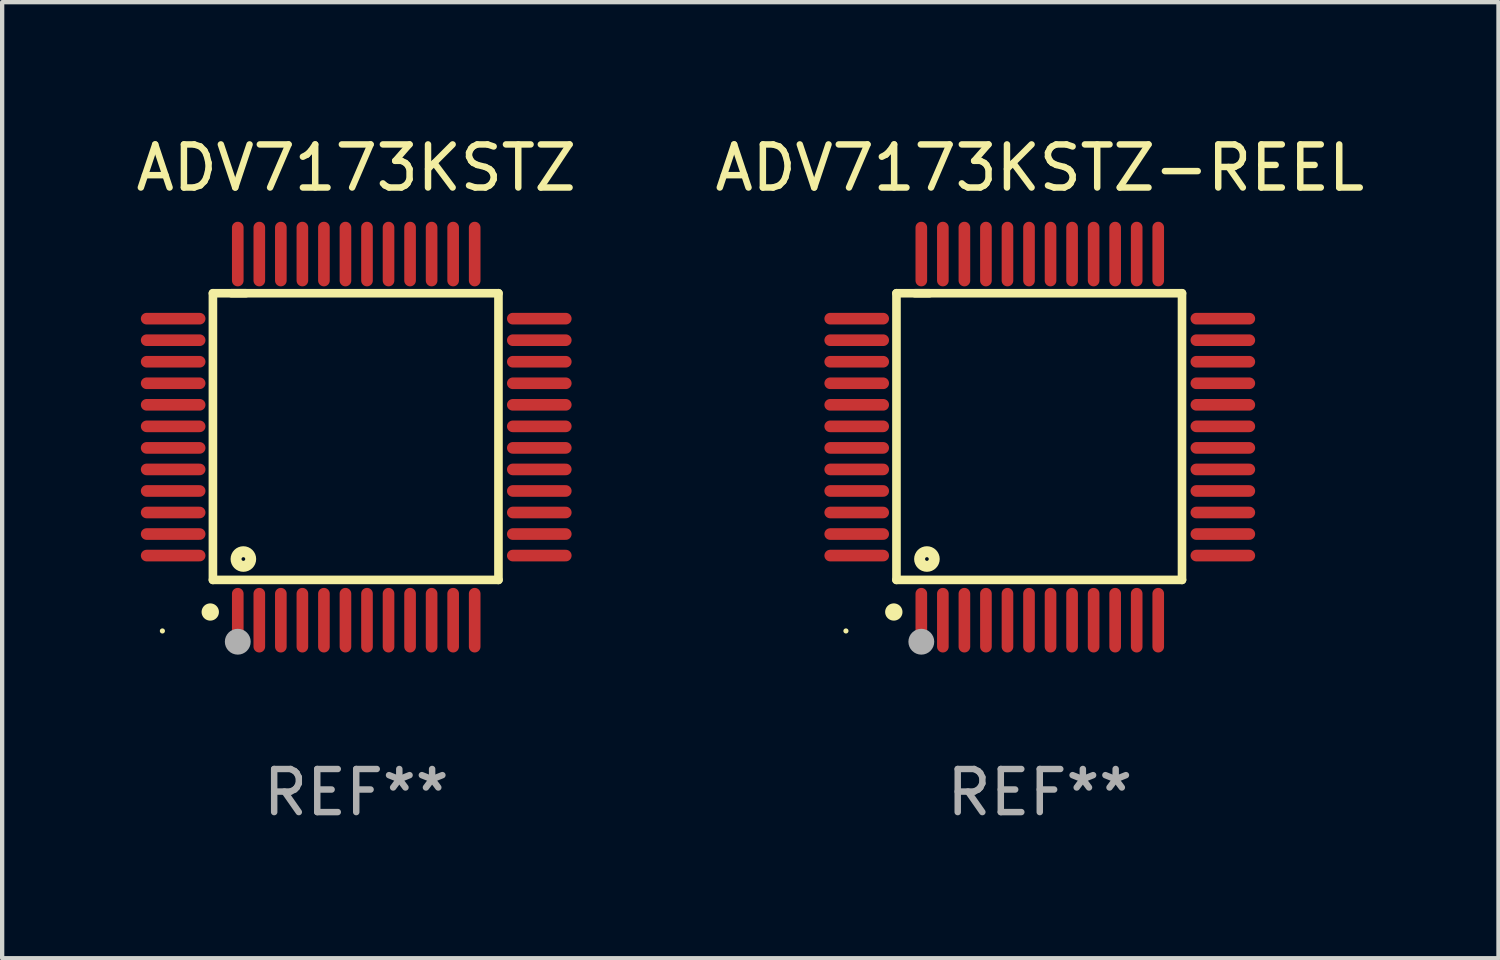
<source format=kicad_pcb>
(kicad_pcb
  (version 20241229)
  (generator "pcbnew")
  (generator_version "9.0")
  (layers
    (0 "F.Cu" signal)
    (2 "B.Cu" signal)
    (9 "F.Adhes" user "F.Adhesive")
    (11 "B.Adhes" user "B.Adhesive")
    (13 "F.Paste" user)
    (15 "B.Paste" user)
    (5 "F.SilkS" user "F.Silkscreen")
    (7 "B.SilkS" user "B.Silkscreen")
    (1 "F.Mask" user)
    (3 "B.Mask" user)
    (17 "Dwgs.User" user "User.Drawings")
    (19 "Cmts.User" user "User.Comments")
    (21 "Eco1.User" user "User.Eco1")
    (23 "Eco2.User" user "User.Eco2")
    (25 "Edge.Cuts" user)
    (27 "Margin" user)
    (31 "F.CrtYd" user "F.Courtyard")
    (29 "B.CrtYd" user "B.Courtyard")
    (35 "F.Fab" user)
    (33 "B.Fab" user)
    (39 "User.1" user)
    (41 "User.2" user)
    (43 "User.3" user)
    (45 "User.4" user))
  (footprint "ADV7173KSTZ-REEL"
    (layer "F.Cu")
    (at 21.089 7.098)
    (property "Reference" "ADV7173KSTZ-REEL" (at 0 -6.25 0) (layer "F.SilkS") (effects (font (size 1 1) (thickness 0.15))))
    (attr through_hole)
    (fp_line (start -3.327 -3.34) (end -2.565 -3.34) (stroke (width 0.2) (type solid)) (layer "F.SilkS"))
    (fp_line (start -3.327 3.315) (end -3.327 -3.34) (stroke (width 0.2) (type solid)) (layer "F.SilkS"))
    (fp_line (start -2.896 -3.34) (end 3.302 -3.34) (stroke (width 0.2) (type solid)) (layer "F.SilkS"))
    (fp_line (start 3.302 -3.34) (end 3.302 3.315) (stroke (width 0.2) (type solid)) (layer "F.SilkS"))
    (fp_line (start 3.302 3.315) (end -3.327 3.315) (stroke (width 0.2) (type solid)) (layer "F.SilkS"))
    (fp_arc (start -3.389992 4.059995) (mid -3.388722 4.059991) (end -3.387452 4.059995) (stroke (width 0.4) (type solid)) (layer "F.SilkS"))
    (fp_circle (center -4.5 4.5) (end -4.47 4.5) (stroke (width 0.06) (type solid)) (fill no) (layer "F.SilkS"))
    (fp_circle (center -2.62 2.83) (end -2.45 2.83) (stroke (width 0.254) (type solid)) (fill no) (layer "F.SilkS"))
    (fp_circle (center -2.75 4.75) (end -2.6 4.75) (stroke (width 0.3) (type solid)) (fill no) (layer "F.Fab"))
    (fp_text user "REF**" (at 0 8.25 0) (layer "F.Fab") (effects (font (size 1 1) (thickness 0.15))))
    (pad "1" smd oval (at -2.75 4.25) (size 0.27 1.5) (layers "F.Cu" "F.Mask" "F.Paste"))
    (pad "2" smd oval (at -2.25 4.25) (size 0.27 1.5) (layers "F.Cu" "F.Mask" "F.Paste"))
    (pad "3" smd oval (at -1.75 4.25) (size 0.27 1.5) (layers "F.Cu" "F.Mask" "F.Paste"))
    (pad "4" smd oval (at -1.25 4.25) (size 0.27 1.5) (layers "F.Cu" "F.Mask" "F.Paste"))
    (pad "5" smd oval (at -0.75 4.25) (size 0.27 1.5) (layers "F.Cu" "F.Mask" "F.Paste"))
    (pad "6" smd oval (at -0.25 4.25) (size 0.27 1.5) (layers "F.Cu" "F.Mask" "F.Paste"))
    (pad "7" smd oval (at 0.25 4.25) (size 0.27 1.5) (layers "F.Cu" "F.Mask" "F.Paste"))
    (pad "8" smd oval (at 0.75 4.25) (size 0.27 1.5) (layers "F.Cu" "F.Mask" "F.Paste"))
    (pad "9" smd oval (at 1.25 4.25) (size 0.27 1.5) (layers "F.Cu" "F.Mask" "F.Paste"))
    (pad "10" smd oval (at 1.75 4.25) (size 0.27 1.5) (layers "F.Cu" "F.Mask" "F.Paste"))
    (pad "11" smd oval (at 2.25 4.25) (size 0.27 1.5) (layers "F.Cu" "F.Mask" "F.Paste"))
    (pad "12" smd oval (at 2.75 4.25) (size 0.27 1.5) (layers "F.Cu" "F.Mask" "F.Paste"))
    (pad "13" smd oval (at 4.25 2.75) (size 1.5 0.27) (layers "F.Cu" "F.Mask" "F.Paste"))
    (pad "14" smd oval (at 4.25 2.25) (size 1.5 0.27) (layers "F.Cu" "F.Mask" "F.Paste"))
    (pad "15" smd oval (at 4.25 1.75) (size 1.5 0.27) (layers "F.Cu" "F.Mask" "F.Paste"))
    (pad "16" smd oval (at 4.25 1.25) (size 1.5 0.27) (layers "F.Cu" "F.Mask" "F.Paste"))
    (pad "17" smd oval (at 4.25 0.75) (size 1.5 0.27) (layers "F.Cu" "F.Mask" "F.Paste"))
    (pad "18" smd oval (at 4.25 0.25) (size 1.5 0.27) (layers "F.Cu" "F.Mask" "F.Paste"))
    (pad "19" smd oval (at 4.25 -0.25) (size 1.5 0.27) (layers "F.Cu" "F.Mask" "F.Paste"))
    (pad "20" smd oval (at 4.25 -0.75) (size 1.5 0.27) (layers "F.Cu" "F.Mask" "F.Paste"))
    (pad "21" smd oval (at 4.25 -1.25) (size 1.5 0.27) (layers "F.Cu" "F.Mask" "F.Paste"))
    (pad "22" smd oval (at 4.25 -1.75) (size 1.5 0.27) (layers "F.Cu" "F.Mask" "F.Paste"))
    (pad "23" smd oval (at 4.25 -2.25) (size 1.5 0.27) (layers "F.Cu" "F.Mask" "F.Paste"))
    (pad "24" smd oval (at 4.25 -2.75) (size 1.5 0.27) (layers "F.Cu" "F.Mask" "F.Paste"))
    (pad "25" smd oval (at 2.75 -4.25) (size 0.27 1.5) (layers "F.Cu" "F.Mask" "F.Paste"))
    (pad "26" smd oval (at 2.25 -4.25) (size 0.27 1.5) (layers "F.Cu" "F.Mask" "F.Paste"))
    (pad "27" smd oval (at 1.75 -4.25) (size 0.27 1.5) (layers "F.Cu" "F.Mask" "F.Paste"))
    (pad "28" smd oval (at 1.25 -4.25) (size 0.27 1.5) (layers "F.Cu" "F.Mask" "F.Paste"))
    (pad "29" smd oval (at 0.75 -4.25) (size 0.27 1.5) (layers "F.Cu" "F.Mask" "F.Paste"))
    (pad "30" smd oval (at 0.25 -4.25) (size 0.27 1.5) (layers "F.Cu" "F.Mask" "F.Paste"))
    (pad "31" smd oval (at -0.25 -4.25) (size 0.27 1.5) (layers "F.Cu" "F.Mask" "F.Paste"))
    (pad "32" smd oval (at -0.75 -4.25) (size 0.27 1.5) (layers "F.Cu" "F.Mask" "F.Paste"))
    (pad "33" smd oval (at -1.25 -4.25) (size 0.27 1.5) (layers "F.Cu" "F.Mask" "F.Paste"))
    (pad "34" smd oval (at -1.75 -4.25) (size 0.27 1.5) (layers "F.Cu" "F.Mask" "F.Paste"))
    (pad "35" smd oval (at -2.25 -4.25) (size 0.27 1.5) (layers "F.Cu" "F.Mask" "F.Paste"))
    (pad "36" smd oval (at -2.75 -4.25) (size 0.27 1.5) (layers "F.Cu" "F.Mask" "F.Paste"))
    (pad "37" smd oval (at -4.25 -2.75) (size 1.5 0.27) (layers "F.Cu" "F.Mask" "F.Paste"))
    (pad "38" smd oval (at -4.25 -2.25) (size 1.5 0.27) (layers "F.Cu" "F.Mask" "F.Paste"))
    (pad "39" smd oval (at -4.25 -1.75) (size 1.5 0.27) (layers "F.Cu" "F.Mask" "F.Paste"))
    (pad "40" smd oval (at -4.25 -1.25) (size 1.5 0.27) (layers "F.Cu" "F.Mask" "F.Paste"))
    (pad "41" smd oval (at -4.25 -0.75) (size 1.5 0.27) (layers "F.Cu" "F.Mask" "F.Paste"))
    (pad "42" smd oval (at -4.25 -0.25) (size 1.5 0.27) (layers "F.Cu" "F.Mask" "F.Paste"))
    (pad "43" smd oval (at -4.25 0.25) (size 1.5 0.27) (layers "F.Cu" "F.Mask" "F.Paste"))
    (pad "44" smd oval (at -4.25 0.75) (size 1.5 0.27) (layers "F.Cu" "F.Mask" "F.Paste"))
    (pad "45" smd oval (at -4.25 1.25) (size 1.5 0.27) (layers "F.Cu" "F.Mask" "F.Paste"))
    (pad "46" smd oval (at -4.25 1.75) (size 1.5 0.27) (layers "F.Cu" "F.Mask" "F.Paste"))
    (pad "47" smd oval (at -4.25 2.25) (size 1.5 0.27) (layers "F.Cu" "F.Mask" "F.Paste"))
    (pad "48" smd oval (at -4.25 2.75) (size 1.5 0.27) (layers "F.Cu" "F.Mask" "F.Paste")))
  (footprint "ADV7173KSTZ"
    (layer "F.Cu")
    (at 5.22 7.098)
    (property "Reference" "ADV7173KSTZ" (at 0 -6.25 0) (layer "F.SilkS") (effects (font (size 1 1) (thickness 0.15))))
    (attr through_hole)
    (fp_line (start -3.327 -3.34) (end -2.565 -3.34) (stroke (width 0.2) (type solid)) (layer "F.SilkS"))
    (fp_line (start -3.327 3.315) (end -3.327 -3.34) (stroke (width 0.2) (type solid)) (layer "F.SilkS"))
    (fp_line (start -2.896 -3.34) (end 3.302 -3.34) (stroke (width 0.2) (type solid)) (layer "F.SilkS"))
    (fp_line (start 3.302 -3.34) (end 3.302 3.315) (stroke (width 0.2) (type solid)) (layer "F.SilkS"))
    (fp_line (start 3.302 3.315) (end -3.327 3.315) (stroke (width 0.2) (type solid)) (layer "F.SilkS"))
    (fp_arc (start -3.389992 4.059995) (mid -3.388722 4.059991) (end -3.387452 4.059995) (stroke (width 0.4) (type solid)) (layer "F.SilkS"))
    (fp_circle (center -4.5 4.5) (end -4.47 4.5) (stroke (width 0.06) (type solid)) (fill no) (layer "F.SilkS"))
    (fp_circle (center -2.62 2.83) (end -2.45 2.83) (stroke (width 0.254) (type solid)) (fill no) (layer "F.SilkS"))
    (fp_circle (center -2.75 4.75) (end -2.6 4.75) (stroke (width 0.3) (type solid)) (fill no) (layer "F.Fab"))
    (fp_text user "REF**" (at 0 8.25 0) (layer "F.Fab") (effects (font (size 1 1) (thickness 0.15))))
    (pad "1" smd oval (at -2.75 4.25) (size 0.27 1.5) (layers "F.Cu" "F.Mask" "F.Paste"))
    (pad "2" smd oval (at -2.25 4.25) (size 0.27 1.5) (layers "F.Cu" "F.Mask" "F.Paste"))
    (pad "3" smd oval (at -1.75 4.25) (size 0.27 1.5) (layers "F.Cu" "F.Mask" "F.Paste"))
    (pad "4" smd oval (at -1.25 4.25) (size 0.27 1.5) (layers "F.Cu" "F.Mask" "F.Paste"))
    (pad "5" smd oval (at -0.75 4.25) (size 0.27 1.5) (layers "F.Cu" "F.Mask" "F.Paste"))
    (pad "6" smd oval (at -0.25 4.25) (size 0.27 1.5) (layers "F.Cu" "F.Mask" "F.Paste"))
    (pad "7" smd oval (at 0.25 4.25) (size 0.27 1.5) (layers "F.Cu" "F.Mask" "F.Paste"))
    (pad "8" smd oval (at 0.75 4.25) (size 0.27 1.5) (layers "F.Cu" "F.Mask" "F.Paste"))
    (pad "9" smd oval (at 1.25 4.25) (size 0.27 1.5) (layers "F.Cu" "F.Mask" "F.Paste"))
    (pad "10" smd oval (at 1.75 4.25) (size 0.27 1.5) (layers "F.Cu" "F.Mask" "F.Paste"))
    (pad "11" smd oval (at 2.25 4.25) (size 0.27 1.5) (layers "F.Cu" "F.Mask" "F.Paste"))
    (pad "12" smd oval (at 2.75 4.25) (size 0.27 1.5) (layers "F.Cu" "F.Mask" "F.Paste"))
    (pad "13" smd oval (at 4.25 2.75) (size 1.5 0.27) (layers "F.Cu" "F.Mask" "F.Paste"))
    (pad "14" smd oval (at 4.25 2.25) (size 1.5 0.27) (layers "F.Cu" "F.Mask" "F.Paste"))
    (pad "15" smd oval (at 4.25 1.75) (size 1.5 0.27) (layers "F.Cu" "F.Mask" "F.Paste"))
    (pad "16" smd oval (at 4.25 1.25) (size 1.5 0.27) (layers "F.Cu" "F.Mask" "F.Paste"))
    (pad "17" smd oval (at 4.25 0.75) (size 1.5 0.27) (layers "F.Cu" "F.Mask" "F.Paste"))
    (pad "18" smd oval (at 4.25 0.25) (size 1.5 0.27) (layers "F.Cu" "F.Mask" "F.Paste"))
    (pad "19" smd oval (at 4.25 -0.25) (size 1.5 0.27) (layers "F.Cu" "F.Mask" "F.Paste"))
    (pad "20" smd oval (at 4.25 -0.75) (size 1.5 0.27) (layers "F.Cu" "F.Mask" "F.Paste"))
    (pad "21" smd oval (at 4.25 -1.25) (size 1.5 0.27) (layers "F.Cu" "F.Mask" "F.Paste"))
    (pad "22" smd oval (at 4.25 -1.75) (size 1.5 0.27) (layers "F.Cu" "F.Mask" "F.Paste"))
    (pad "23" smd oval (at 4.25 -2.25) (size 1.5 0.27) (layers "F.Cu" "F.Mask" "F.Paste"))
    (pad "24" smd oval (at 4.25 -2.75) (size 1.5 0.27) (layers "F.Cu" "F.Mask" "F.Paste"))
    (pad "25" smd oval (at 2.75 -4.25) (size 0.27 1.5) (layers "F.Cu" "F.Mask" "F.Paste"))
    (pad "26" smd oval (at 2.25 -4.25) (size 0.27 1.5) (layers "F.Cu" "F.Mask" "F.Paste"))
    (pad "27" smd oval (at 1.75 -4.25) (size 0.27 1.5) (layers "F.Cu" "F.Mask" "F.Paste"))
    (pad "28" smd oval (at 1.25 -4.25) (size 0.27 1.5) (layers "F.Cu" "F.Mask" "F.Paste"))
    (pad "29" smd oval (at 0.75 -4.25) (size 0.27 1.5) (layers "F.Cu" "F.Mask" "F.Paste"))
    (pad "30" smd oval (at 0.25 -4.25) (size 0.27 1.5) (layers "F.Cu" "F.Mask" "F.Paste"))
    (pad "31" smd oval (at -0.25 -4.25) (size 0.27 1.5) (layers "F.Cu" "F.Mask" "F.Paste"))
    (pad "32" smd oval (at -0.75 -4.25) (size 0.27 1.5) (layers "F.Cu" "F.Mask" "F.Paste"))
    (pad "33" smd oval (at -1.25 -4.25) (size 0.27 1.5) (layers "F.Cu" "F.Mask" "F.Paste"))
    (pad "34" smd oval (at -1.75 -4.25) (size 0.27 1.5) (layers "F.Cu" "F.Mask" "F.Paste"))
    (pad "35" smd oval (at -2.25 -4.25) (size 0.27 1.5) (layers "F.Cu" "F.Mask" "F.Paste"))
    (pad "36" smd oval (at -2.75 -4.25) (size 0.27 1.5) (layers "F.Cu" "F.Mask" "F.Paste"))
    (pad "37" smd oval (at -4.25 -2.75) (size 1.5 0.27) (layers "F.Cu" "F.Mask" "F.Paste"))
    (pad "38" smd oval (at -4.25 -2.25) (size 1.5 0.27) (layers "F.Cu" "F.Mask" "F.Paste"))
    (pad "39" smd oval (at -4.25 -1.75) (size 1.5 0.27) (layers "F.Cu" "F.Mask" "F.Paste"))
    (pad "40" smd oval (at -4.25 -1.25) (size 1.5 0.27) (layers "F.Cu" "F.Mask" "F.Paste"))
    (pad "41" smd oval (at -4.25 -0.75) (size 1.5 0.27) (layers "F.Cu" "F.Mask" "F.Paste"))
    (pad "42" smd oval (at -4.25 -0.25) (size 1.5 0.27) (layers "F.Cu" "F.Mask" "F.Paste"))
    (pad "43" smd oval (at -4.25 0.25) (size 1.5 0.27) (layers "F.Cu" "F.Mask" "F.Paste"))
    (pad "44" smd oval (at -4.25 0.75) (size 1.5 0.27) (layers "F.Cu" "F.Mask" "F.Paste"))
    (pad "45" smd oval (at -4.25 1.25) (size 1.5 0.27) (layers "F.Cu" "F.Mask" "F.Paste"))
    (pad "46" smd oval (at -4.25 1.75) (size 1.5 0.27) (layers "F.Cu" "F.Mask" "F.Paste"))
    (pad "47" smd oval (at -4.25 2.25) (size 1.5 0.27) (layers "F.Cu" "F.Mask" "F.Paste"))
    (pad "48" smd oval (at -4.25 2.75) (size 1.5 0.27) (layers "F.Cu" "F.Mask" "F.Paste")))
  (gr_rect
    (start -3 -3)
    (end 31.738 19.196)
    (stroke (width 0.1) (type default))
    (fill no)
    (layer "Edge.Cuts")))
</source>
